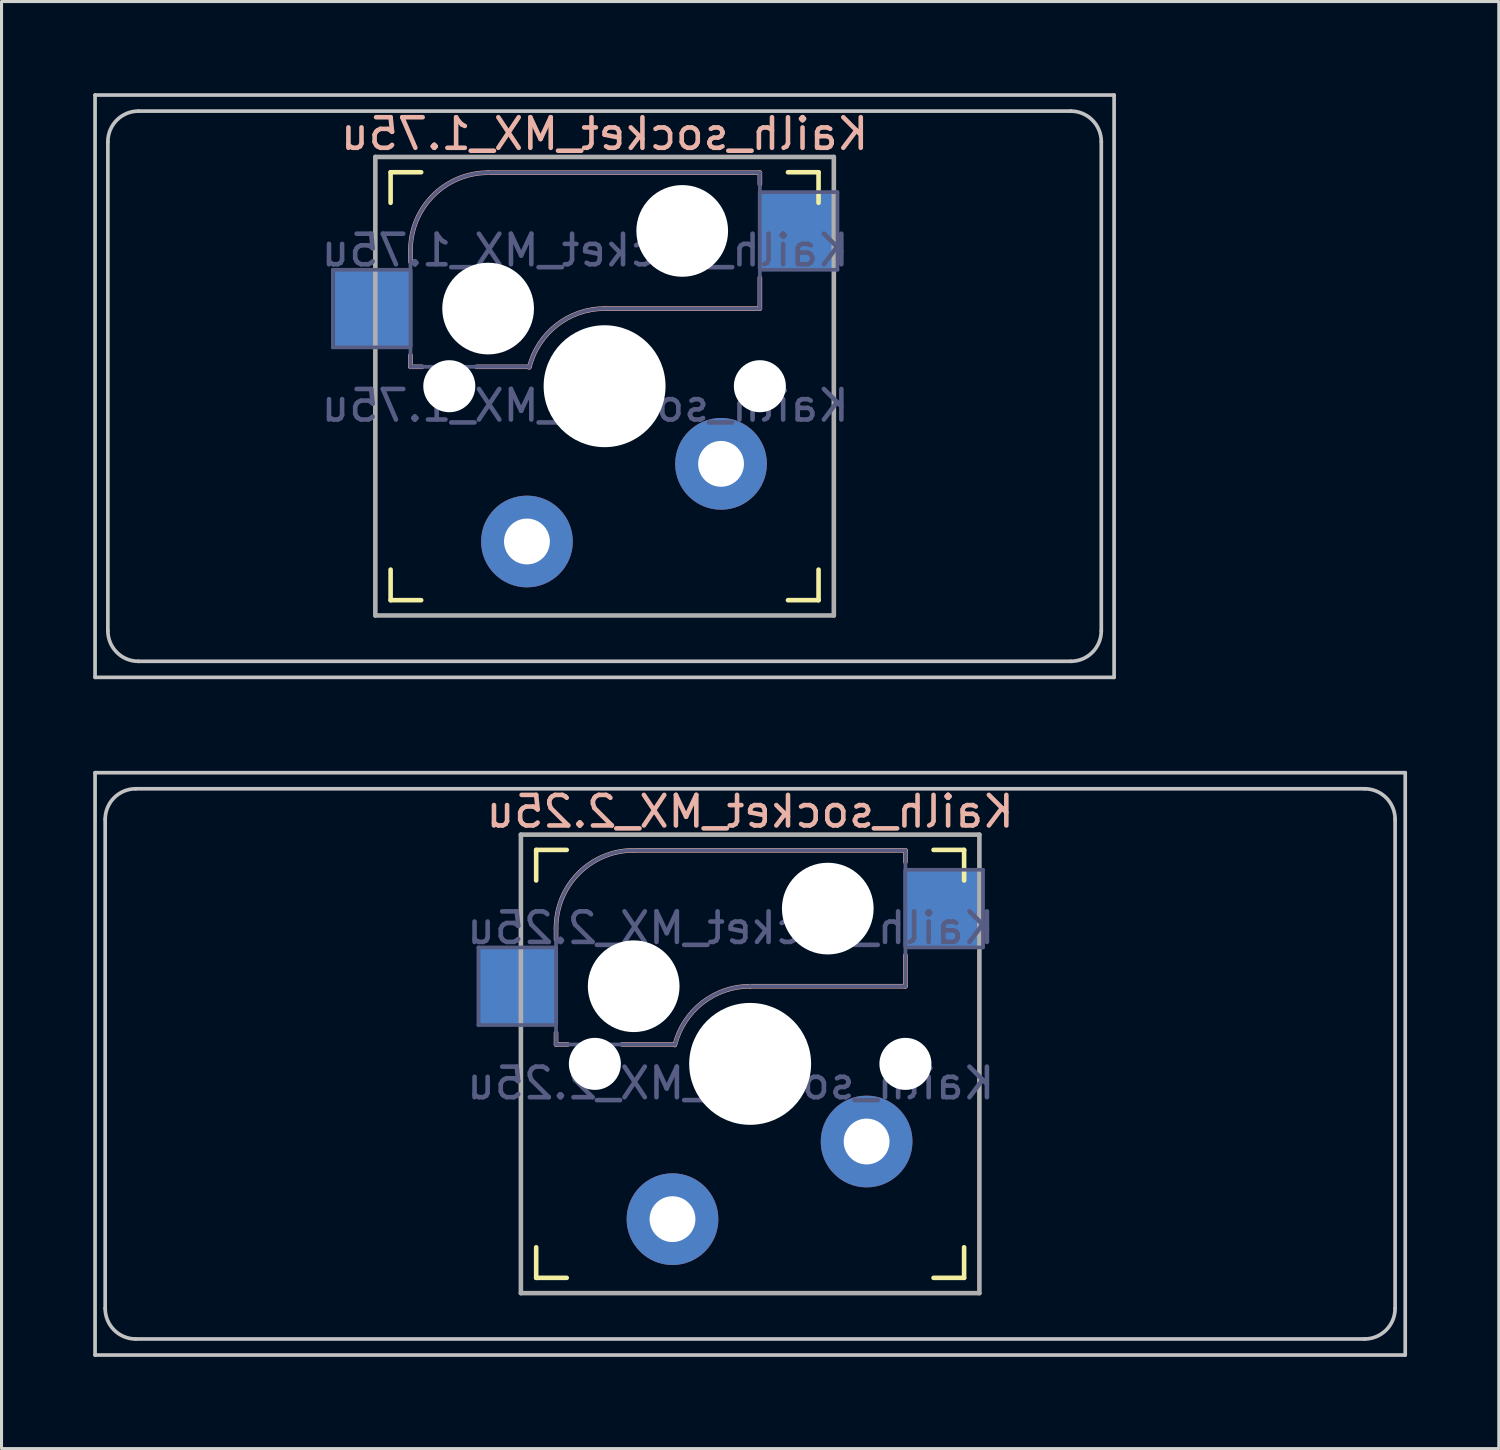
<source format=kicad_pcb>
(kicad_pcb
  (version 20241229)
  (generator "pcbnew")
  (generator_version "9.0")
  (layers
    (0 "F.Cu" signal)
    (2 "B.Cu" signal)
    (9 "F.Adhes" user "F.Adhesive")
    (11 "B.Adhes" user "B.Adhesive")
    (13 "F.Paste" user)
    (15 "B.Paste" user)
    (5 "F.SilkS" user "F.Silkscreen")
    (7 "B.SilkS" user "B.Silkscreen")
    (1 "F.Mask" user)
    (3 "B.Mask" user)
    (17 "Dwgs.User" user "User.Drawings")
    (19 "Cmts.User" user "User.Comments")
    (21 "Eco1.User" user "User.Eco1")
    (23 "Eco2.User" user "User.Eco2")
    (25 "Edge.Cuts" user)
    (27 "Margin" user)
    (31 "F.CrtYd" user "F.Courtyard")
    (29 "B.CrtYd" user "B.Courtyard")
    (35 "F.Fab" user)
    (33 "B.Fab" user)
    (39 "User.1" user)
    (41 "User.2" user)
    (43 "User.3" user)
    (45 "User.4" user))
  (footprint "Kailh_socket_MX_2.25u"
    (layer "F.Cu")
    (at 21.491 31.755)
    (property "Reference" "Kailh_socket_MX_2.25u" (at 0 -8.255 0) (layer "B.SilkS") (effects (font (size 1 1) (thickness 0.15)) (justify mirror)))
    (property "Value" "Kailh_socket_MX_2.25u" (at 0 8.255 0) (layer "F.Fab") (hide yes) (effects (font (size 1 1) (thickness 0.15))))
    (attr smd)
    (fp_line (start -7 -6) (end -7 -7) (stroke (width 0.15) (type solid)) (layer "F.SilkS"))
    (fp_line (start -7 7) (end -7 6) (stroke (width 0.15) (type solid)) (layer "F.SilkS"))
    (fp_line (start -7 7) (end -6 7) (stroke (width 0.15) (type solid)) (layer "F.SilkS"))
    (fp_line (start -6 -7) (end -7 -7) (stroke (width 0.15) (type solid)) (layer "F.SilkS"))
    (fp_line (start 6 7) (end 7 7) (stroke (width 0.15) (type solid)) (layer "F.SilkS"))
    (fp_line (start 7 -7) (end 6 -7) (stroke (width 0.15) (type solid)) (layer "F.SilkS"))
    (fp_line (start 7 -7) (end 7 -6) (stroke (width 0.15) (type solid)) (layer "F.SilkS"))
    (fp_line (start 7 6) (end 7 7) (stroke (width 0.15) (type solid)) (layer "F.SilkS"))
    (fp_line (start -6.35 -4.445) (end -6.35 -4.064) (stroke (width 0.15) (type solid)) (layer "B.SilkS"))
    (fp_line (start -6.35 -1.016) (end -6.35 -0.635) (stroke (width 0.15) (type solid)) (layer "B.SilkS"))
    (fp_line (start -5.969 -0.635) (end -6.35 -0.635) (stroke (width 0.15) (type solid)) (layer "B.SilkS"))
    (fp_line (start -3.81 -6.985) (end 5.08 -6.985) (stroke (width 0.15) (type solid)) (layer "B.SilkS"))
    (fp_line (start -2.464 -0.635) (end -4.191 -0.635) (stroke (width 0.15) (type solid)) (layer "B.SilkS"))
    (fp_line (start 5.08 -6.985) (end 5.08 -6.604) (stroke (width 0.15) (type solid)) (layer "B.SilkS"))
    (fp_line (start 5.08 -3.556) (end 5.08 -2.54) (stroke (width 0.15) (type solid)) (layer "B.SilkS"))
    (fp_line (start 5.08 -2.54) (end 0 -2.54) (stroke (width 0.15) (type solid)) (layer "B.SilkS"))
    (fp_arc (start -6.35 -4.445) (mid -5.606051 -6.241051) (end -3.81 -6.985) (stroke (width 0.15) (type solid)) (layer "B.SilkS"))
    (fp_arc (start -2.464162 -0.61604) (mid -1.563147 -2.002042) (end 0 -2.54) (stroke (width 0.15) (type solid)) (layer "B.SilkS"))
    (fp_line (start -21.431 -9.525) (end 21.431 -9.525) (stroke (width 0.12) (type solid)) (layer "Dwgs.User"))
    (fp_line (start -21.431 9.525) (end -21.431 -9.525) (stroke (width 0.12) (type solid)) (layer "Dwgs.User"))
    (fp_line (start -21.1 8) (end -21.1 -8) (stroke (width 0.12) (type solid)) (layer "Dwgs.User"))
    (fp_line (start -20.1 -9) (end 20.1 -9) (stroke (width 0.12) (type solid)) (layer "Dwgs.User"))
    (fp_line (start -20.1 9) (end 20.1 9) (stroke (width 0.12) (type solid)) (layer "Dwgs.User"))
    (fp_line (start 21.1 8) (end 21.1 -8) (stroke (width 0.12) (type solid)) (layer "Dwgs.User"))
    (fp_line (start 21.431 -9.525) (end 21.431 9.525) (stroke (width 0.12) (type solid)) (layer "Dwgs.User"))
    (fp_line (start 21.431 9.525) (end -21.431 9.525) (stroke (width 0.12) (type solid)) (layer "Dwgs.User"))
    (fp_arc (start -21.1 -8) (mid -20.807107 -8.707107) (end -20.1 -9) (stroke (width 0.12) (type solid)) (layer "Dwgs.User"))
    (fp_arc (start -20.1 9) (mid -20.807107 8.707107) (end -21.1 8) (stroke (width 0.12) (type solid)) (layer "Dwgs.User"))
    (fp_arc (start 20.1 -9) (mid 20.807107 -8.707107) (end 21.1 -8) (stroke (width 0.12) (type solid)) (layer "Dwgs.User"))
    (fp_arc (start 21.1 8) (mid 20.807107 8.707107) (end 20.1 9) (stroke (width 0.12) (type solid)) (layer "Dwgs.User"))
    (fp_line (start -6.9 6.9) (end -6.9 -6.9) (stroke (width 0.15) (type solid)) (layer "Eco2.User"))
    (fp_line (start -6.9 6.9) (end 6.9 6.9) (stroke (width 0.15) (type solid)) (layer "Eco2.User"))
    (fp_line (start 6.9 -6.9) (end -6.9 -6.9) (stroke (width 0.15) (type solid)) (layer "Eco2.User"))
    (fp_line (start 6.9 -6.9) (end 6.9 6.9) (stroke (width 0.15) (type solid)) (layer "Eco2.User"))
    (fp_line (start -8.89 -3.81) (end -6.35 -3.81) (stroke (width 0.12) (type solid)) (layer "B.Fab"))
    (fp_line (start -8.89 -1.27) (end -8.89 -3.81) (stroke (width 0.12) (type solid)) (layer "B.Fab"))
    (fp_line (start -6.35 -1.27) (end -8.89 -1.27) (stroke (width 0.12) (type solid)) (layer "B.Fab"))
    (fp_line (start -6.35 -0.635) (end -6.35 -4.445) (stroke (width 0.12) (type solid)) (layer "B.Fab"))
    (fp_line (start -6.35 -0.635) (end -2.54 -0.635) (stroke (width 0.12) (type solid)) (layer "B.Fab"))
    (fp_line (start -3.81 -6.985) (end 5.08 -6.985) (stroke (width 0.12) (type solid)) (layer "B.Fab"))
    (fp_line (start 5.08 -6.985) (end 5.08 -2.54) (stroke (width 0.12) (type solid)) (layer "B.Fab"))
    (fp_line (start 5.08 -6.35) (end 7.62 -6.35) (stroke (width 0.12) (type solid)) (layer "B.Fab"))
    (fp_line (start 5.08 -2.54) (end 0 -2.54) (stroke (width 0.12) (type solid)) (layer "B.Fab"))
    (fp_line (start 7.62 -6.35) (end 7.62 -3.81) (stroke (width 0.12) (type solid)) (layer "B.Fab"))
    (fp_line (start 7.62 -3.81) (end 5.08 -3.81) (stroke (width 0.12) (type solid)) (layer "B.Fab"))
    (fp_arc (start -6.35 -4.445) (mid -5.606051 -6.241051) (end -3.81 -6.985) (stroke (width 0.12) (type solid)) (layer "B.Fab"))
    (fp_arc (start -2.464162 -0.61604) (mid -1.563147 -2.002042) (end 0 -2.54) (stroke (width 0.12) (type solid)) (layer "B.Fab"))
    (fp_line (start -7.5 -7.5) (end 7.5 -7.5) (stroke (width 0.15) (type solid)) (layer "F.Fab"))
    (fp_line (start -7.5 7.5) (end -7.5 -7.5) (stroke (width 0.15) (type solid)) (layer "F.Fab"))
    (fp_line (start 7.5 -7.5) (end 7.5 7.5) (stroke (width 0.15) (type solid)) (layer "F.Fab"))
    (fp_line (start 7.5 7.5) (end -7.5 7.5) (stroke (width 0.15) (type solid)) (layer "F.Fab"))
    (fp_text user "${VALUE}" (at -0.635 0.635 0) (layer "B.Fab") (effects (font (size 1 1) (thickness 0.15)) (justify mirror)))
    (fp_text user "${REFERENCE}" (at -0.635 -4.445 0) (layer "B.Fab") (effects (font (size 1 1) (thickness 0.15)) (justify mirror)))
    (pad "" np_thru_hole circle (at -5.08 0) (size 1.702 1.702) (drill 1.702) (layers "*.Cu" "*.Mask"))
    (pad "" np_thru_hole circle (at -3.81 -2.54) (size 3 3) (drill 3) (layers "*.Cu" "*.Mask"))
    (pad "" np_thru_hole circle (at 0 0) (size 3.988 3.988) (drill 3.988) (layers "*.Cu" "*.Mask"))
    (pad "" np_thru_hole circle (at 2.54 -5.08) (size 3 3) (drill 3) (layers "*.Cu" "*.Mask"))
    (pad "" np_thru_hole circle (at 5.08 0) (size 1.702 1.702) (drill 1.702) (layers "*.Cu" "*.Mask"))
    (pad "1" thru_hole circle (at 3.81 2.54) (size 3 3) (drill 1.499) (layers "*.Cu" "*.Mask"))
    (pad "1" smd rect (at 6.29 -5.08) (size 2.55 2.5) (layers "B.Cu" "B.Mask" "B.Paste"))
    (pad "2" smd rect (at -7.56 -2.54) (size 2.55 2.5) (layers "B.Cu" "B.Mask" "B.Paste"))
    (pad "2" thru_hole circle (at -2.54 5.08) (size 3 3) (drill 1.499) (layers "*.Cu" "*.Mask")))
  (footprint "Kailh_socket_MX_1.75u"
    (layer "F.Cu")
    (at 16.729 9.585)
    (property "Reference" "Kailh_socket_MX_1.75u" (at 0 -8.255 0) (layer "B.SilkS") (effects (font (size 1 1) (thickness 0.15)) (justify mirror)))
    (property "Value" "Kailh_socket_MX_1.75u" (at 0 8.255 0) (layer "F.Fab") (hide yes) (effects (font (size 1 1) (thickness 0.15))))
    (attr smd)
    (fp_line (start -7 -6) (end -7 -7) (stroke (width 0.15) (type solid)) (layer "F.SilkS"))
    (fp_line (start -7 7) (end -7 6) (stroke (width 0.15) (type solid)) (layer "F.SilkS"))
    (fp_line (start -7 7) (end -6 7) (stroke (width 0.15) (type solid)) (layer "F.SilkS"))
    (fp_line (start -6 -7) (end -7 -7) (stroke (width 0.15) (type solid)) (layer "F.SilkS"))
    (fp_line (start 6 7) (end 7 7) (stroke (width 0.15) (type solid)) (layer "F.SilkS"))
    (fp_line (start 7 -7) (end 6 -7) (stroke (width 0.15) (type solid)) (layer "F.SilkS"))
    (fp_line (start 7 -7) (end 7 -6) (stroke (width 0.15) (type solid)) (layer "F.SilkS"))
    (fp_line (start 7 6) (end 7 7) (stroke (width 0.15) (type solid)) (layer "F.SilkS"))
    (fp_line (start -6.35 -4.445) (end -6.35 -4.064) (stroke (width 0.15) (type solid)) (layer "B.SilkS"))
    (fp_line (start -6.35 -1.016) (end -6.35 -0.635) (stroke (width 0.15) (type solid)) (layer "B.SilkS"))
    (fp_line (start -5.969 -0.635) (end -6.35 -0.635) (stroke (width 0.15) (type solid)) (layer "B.SilkS"))
    (fp_line (start -3.81 -6.985) (end 5.08 -6.985) (stroke (width 0.15) (type solid)) (layer "B.SilkS"))
    (fp_line (start -2.464 -0.635) (end -4.191 -0.635) (stroke (width 0.15) (type solid)) (layer "B.SilkS"))
    (fp_line (start 5.08 -6.985) (end 5.08 -6.604) (stroke (width 0.15) (type solid)) (layer "B.SilkS"))
    (fp_line (start 5.08 -3.556) (end 5.08 -2.54) (stroke (width 0.15) (type solid)) (layer "B.SilkS"))
    (fp_line (start 5.08 -2.54) (end 0 -2.54) (stroke (width 0.15) (type solid)) (layer "B.SilkS"))
    (fp_arc (start -6.35 -4.445) (mid -5.606051 -6.241051) (end -3.81 -6.985) (stroke (width 0.15) (type solid)) (layer "B.SilkS"))
    (fp_arc (start -2.464162 -0.61604) (mid -1.563147 -2.002042) (end 0 -2.54) (stroke (width 0.15) (type solid)) (layer "B.SilkS"))
    (fp_line (start -16.669 -9.525) (end 16.669 -9.525) (stroke (width 0.12) (type solid)) (layer "Dwgs.User"))
    (fp_line (start -16.669 9.525) (end -16.669 -9.525) (stroke (width 0.12) (type solid)) (layer "Dwgs.User"))
    (fp_line (start -16.25 8) (end -16.25 -8) (stroke (width 0.12) (type solid)) (layer "Dwgs.User"))
    (fp_line (start -15.25 -9) (end 15.25 -9) (stroke (width 0.12) (type solid)) (layer "Dwgs.User"))
    (fp_line (start -15.25 9) (end 15.25 9) (stroke (width 0.12) (type solid)) (layer "Dwgs.User"))
    (fp_line (start 16.25 8) (end 16.25 -8) (stroke (width 0.12) (type solid)) (layer "Dwgs.User"))
    (fp_line (start 16.669 -9.525) (end 16.669 9.525) (stroke (width 0.12) (type solid)) (layer "Dwgs.User"))
    (fp_line (start 16.669 9.525) (end -16.669 9.525) (stroke (width 0.12) (type solid)) (layer "Dwgs.User"))
    (fp_arc (start -16.25 -8) (mid -15.957107 -8.707107) (end -15.25 -9) (stroke (width 0.12) (type solid)) (layer "Dwgs.User"))
    (fp_arc (start -15.25 9) (mid -15.957107 8.707107) (end -16.25 8) (stroke (width 0.12) (type solid)) (layer "Dwgs.User"))
    (fp_arc (start 15.25 -9) (mid 15.957107 -8.707107) (end 16.25 -8) (stroke (width 0.12) (type solid)) (layer "Dwgs.User"))
    (fp_arc (start 16.25 8) (mid 15.957107 8.707107) (end 15.25 9) (stroke (width 0.12) (type solid)) (layer "Dwgs.User"))
    (fp_line (start -6.9 6.9) (end -6.9 -6.9) (stroke (width 0.15) (type solid)) (layer "Eco2.User"))
    (fp_line (start -6.9 6.9) (end 6.9 6.9) (stroke (width 0.15) (type solid)) (layer "Eco2.User"))
    (fp_line (start 6.9 -6.9) (end -6.9 -6.9) (stroke (width 0.15) (type solid)) (layer "Eco2.User"))
    (fp_line (start 6.9 -6.9) (end 6.9 6.9) (stroke (width 0.15) (type solid)) (layer "Eco2.User"))
    (fp_line (start -8.89 -3.81) (end -6.35 -3.81) (stroke (width 0.12) (type solid)) (layer "B.Fab"))
    (fp_line (start -8.89 -1.27) (end -8.89 -3.81) (stroke (width 0.12) (type solid)) (layer "B.Fab"))
    (fp_line (start -6.35 -1.27) (end -8.89 -1.27) (stroke (width 0.12) (type solid)) (layer "B.Fab"))
    (fp_line (start -6.35 -0.635) (end -6.35 -4.445) (stroke (width 0.12) (type solid)) (layer "B.Fab"))
    (fp_line (start -6.35 -0.635) (end -2.54 -0.635) (stroke (width 0.12) (type solid)) (layer "B.Fab"))
    (fp_line (start -3.81 -6.985) (end 5.08 -6.985) (stroke (width 0.12) (type solid)) (layer "B.Fab"))
    (fp_line (start 5.08 -6.985) (end 5.08 -2.54) (stroke (width 0.12) (type solid)) (layer "B.Fab"))
    (fp_line (start 5.08 -6.35) (end 7.62 -6.35) (stroke (width 0.12) (type solid)) (layer "B.Fab"))
    (fp_line (start 5.08 -2.54) (end 0 -2.54) (stroke (width 0.12) (type solid)) (layer "B.Fab"))
    (fp_line (start 7.62 -6.35) (end 7.62 -3.81) (stroke (width 0.12) (type solid)) (layer "B.Fab"))
    (fp_line (start 7.62 -3.81) (end 5.08 -3.81) (stroke (width 0.12) (type solid)) (layer "B.Fab"))
    (fp_arc (start -6.35 -4.445) (mid -5.606051 -6.241051) (end -3.81 -6.985) (stroke (width 0.12) (type solid)) (layer "B.Fab"))
    (fp_arc (start -2.464162 -0.61604) (mid -1.563147 -2.002042) (end 0 -2.54) (stroke (width 0.12) (type solid)) (layer "B.Fab"))
    (fp_line (start -7.5 -7.5) (end 7.5 -7.5) (stroke (width 0.15) (type solid)) (layer "F.Fab"))
    (fp_line (start -7.5 7.5) (end -7.5 -7.5) (stroke (width 0.15) (type solid)) (layer "F.Fab"))
    (fp_line (start 7.5 -7.5) (end 7.5 7.5) (stroke (width 0.15) (type solid)) (layer "F.Fab"))
    (fp_line (start 7.5 7.5) (end -7.5 7.5) (stroke (width 0.15) (type solid)) (layer "F.Fab"))
    (fp_text user "${VALUE}" (at -0.635 0.635 0) (layer "B.Fab") (effects (font (size 1 1) (thickness 0.15)) (justify mirror)))
    (fp_text user "${REFERENCE}" (at -0.635 -4.445 0) (layer "B.Fab") (effects (font (size 1 1) (thickness 0.15)) (justify mirror)))
    (pad "" np_thru_hole circle (at -5.08 0) (size 1.702 1.702) (drill 1.702) (layers "*.Cu" "*.Mask"))
    (pad "" np_thru_hole circle (at -3.81 -2.54) (size 3 3) (drill 3) (layers "*.Cu" "*.Mask"))
    (pad "" np_thru_hole circle (at 0 0) (size 3.988 3.988) (drill 3.988) (layers "*.Cu" "*.Mask"))
    (pad "" np_thru_hole circle (at 2.54 -5.08) (size 3 3) (drill 3) (layers "*.Cu" "*.Mask"))
    (pad "" np_thru_hole circle (at 5.08 0) (size 1.702 1.702) (drill 1.702) (layers "*.Cu" "*.Mask"))
    (pad "1" thru_hole circle (at 3.81 2.54) (size 3 3) (drill 1.499) (layers "*.Cu" "*.Mask"))
    (pad "1" smd rect (at 6.29 -5.08) (size 2.55 2.5) (layers "B.Cu" "B.Mask" "B.Paste"))
    (pad "2" smd rect (at -7.56 -2.54) (size 2.55 2.5) (layers "B.Cu" "B.Mask" "B.Paste"))
    (pad "2" thru_hole circle (at -2.54 5.08) (size 3 3) (drill 1.499) (layers "*.Cu" "*.Mask")))
  (gr_rect
    (start -3 -3)
    (end 45.983 44.34)
    (stroke (width 0.1) (type default))
    (fill no)
    (layer "Edge.Cuts")))
</source>
